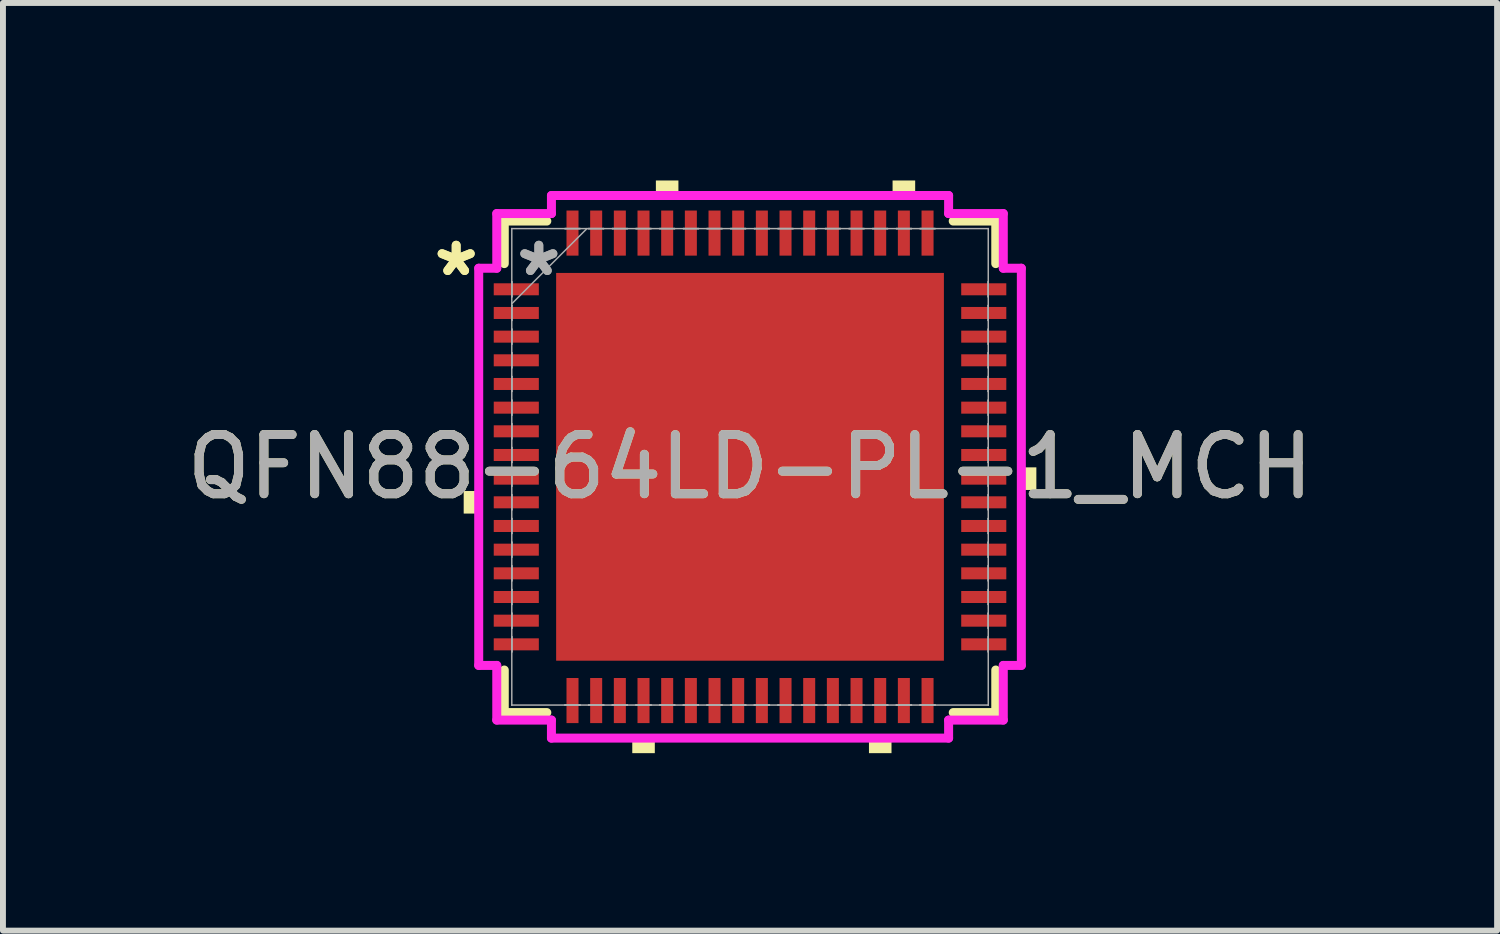
<source format=kicad_pcb>
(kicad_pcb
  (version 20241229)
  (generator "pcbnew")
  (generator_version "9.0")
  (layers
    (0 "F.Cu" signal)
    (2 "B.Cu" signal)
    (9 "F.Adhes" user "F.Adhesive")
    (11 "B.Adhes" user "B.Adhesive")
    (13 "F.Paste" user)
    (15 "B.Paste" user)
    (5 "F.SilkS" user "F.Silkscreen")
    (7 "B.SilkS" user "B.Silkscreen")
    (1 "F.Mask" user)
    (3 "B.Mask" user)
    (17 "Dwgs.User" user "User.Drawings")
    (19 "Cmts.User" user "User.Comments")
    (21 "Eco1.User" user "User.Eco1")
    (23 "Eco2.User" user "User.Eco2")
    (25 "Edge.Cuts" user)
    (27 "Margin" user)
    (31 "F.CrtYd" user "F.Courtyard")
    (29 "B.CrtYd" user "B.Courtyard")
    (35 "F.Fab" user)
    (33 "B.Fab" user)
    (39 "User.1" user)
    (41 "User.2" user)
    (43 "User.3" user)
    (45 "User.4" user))
  (footprint "QFN88-64LD-PL-1_MCH"
    (layer "F.Cu")
    (at 9.625 4.839)
    (property "Reference" "QFN88-64LD-PL-1_MCH" (at 0 0 0) (unlocked yes) (layer "F.SilkS") (effects (font (size 1 1) (thickness 0.15))))
    (attr smd)
    (fp_line (start -4.153 -4.153) (end -4.153 -3.434) (stroke (width 0.152) (type solid)) (layer "F.SilkS"))
    (fp_line (start -4.153 3.434) (end -4.153 4.153) (stroke (width 0.152) (type solid)) (layer "F.SilkS"))
    (fp_line (start -4.153 4.153) (end -3.434 4.153) (stroke (width 0.152) (type solid)) (layer "F.SilkS"))
    (fp_line (start -3.434 -4.153) (end -4.153 -4.153) (stroke (width 0.152) (type solid)) (layer "F.SilkS"))
    (fp_line (start 3.434 4.153) (end 4.153 4.153) (stroke (width 0.152) (type solid)) (layer "F.SilkS"))
    (fp_line (start 4.153 -4.153) (end 3.434 -4.153) (stroke (width 0.152) (type solid)) (layer "F.SilkS"))
    (fp_line (start 4.153 -3.434) (end 4.153 -4.153) (stroke (width 0.152) (type solid)) (layer "F.SilkS"))
    (fp_line (start 4.153 4.153) (end 4.153 3.434) (stroke (width 0.152) (type solid)) (layer "F.SilkS"))
    (fp_poly (pts (xy -4.839 0.409) (xy -4.839 0.79) (xy -4.585 0.79) (xy -4.585 0.409)) (stroke (width 0) (type solid)) (fill yes) (layer "F.SilkS"))
    (fp_poly (pts (xy -1.99 4.585) (xy -1.99 4.839) (xy -1.609 4.839) (xy -1.609 4.585)) (stroke (width 0) (type solid)) (fill yes) (layer "F.SilkS"))
    (fp_poly (pts (xy -1.591 -4.585) (xy -1.591 -4.839) (xy -1.21 -4.839) (xy -1.21 -4.585)) (stroke (width 0) (type solid)) (fill yes) (layer "F.SilkS"))
    (fp_poly (pts (xy 2.01 4.585) (xy 2.01 4.839) (xy 2.391 4.839) (xy 2.391 4.585)) (stroke (width 0) (type solid)) (fill yes) (layer "F.SilkS"))
    (fp_poly (pts (xy 2.409 -4.585) (xy 2.409 -4.839) (xy 2.791 -4.839) (xy 2.791 -4.585)) (stroke (width 0) (type solid)) (fill yes) (layer "F.SilkS"))
    (fp_poly (pts (xy 4.839 0.009) (xy 4.839 0.391) (xy 4.585 0.391) (xy 4.585 0.009)) (stroke (width 0) (type solid)) (fill yes) (layer "F.SilkS"))
    (fp_poly (pts (xy -3.177 -3.177) (xy -3.177 -2.066) (xy -2.066 -2.066) (xy -2.066 -3.177)) (stroke (width 0) (type solid)) (fill yes) (layer "F.Paste"))
    (fp_poly (pts (xy -3.177 -1.866) (xy -3.177 -0.755) (xy -2.066 -0.755) (xy -2.066 -1.866)) (stroke (width 0) (type solid)) (fill yes) (layer "F.Paste"))
    (fp_poly (pts (xy -3.177 -0.555) (xy -3.177 0.555) (xy -2.066 0.555) (xy -2.066 -0.555)) (stroke (width 0) (type solid)) (fill yes) (layer "F.Paste"))
    (fp_poly (pts (xy -3.177 0.755) (xy -3.177 1.866) (xy -2.066 1.866) (xy -2.066 0.755)) (stroke (width 0) (type solid)) (fill yes) (layer "F.Paste"))
    (fp_poly (pts (xy -3.177 2.066) (xy -3.177 3.177) (xy -2.066 3.177) (xy -2.066 2.066)) (stroke (width 0) (type solid)) (fill yes) (layer "F.Paste"))
    (fp_poly (pts (xy -1.866 -3.177) (xy -1.866 -2.066) (xy -0.755 -2.066) (xy -0.755 -3.177)) (stroke (width 0) (type solid)) (fill yes) (layer "F.Paste"))
    (fp_poly (pts (xy -1.866 -1.866) (xy -1.866 -0.755) (xy -0.755 -0.755) (xy -0.755 -1.866)) (stroke (width 0) (type solid)) (fill yes) (layer "F.Paste"))
    (fp_poly (pts (xy -1.866 -0.555) (xy -1.866 0.555) (xy -0.755 0.555) (xy -0.755 -0.555)) (stroke (width 0) (type solid)) (fill yes) (layer "F.Paste"))
    (fp_poly (pts (xy -1.866 0.755) (xy -1.866 1.866) (xy -0.755 1.866) (xy -0.755 0.755)) (stroke (width 0) (type solid)) (fill yes) (layer "F.Paste"))
    (fp_poly (pts (xy -1.866 2.066) (xy -1.866 3.177) (xy -0.755 3.177) (xy -0.755 2.066)) (stroke (width 0) (type solid)) (fill yes) (layer "F.Paste"))
    (fp_poly (pts (xy -0.555 -3.177) (xy -0.555 -2.066) (xy 0.555 -2.066) (xy 0.555 -3.177)) (stroke (width 0) (type solid)) (fill yes) (layer "F.Paste"))
    (fp_poly (pts (xy -0.555 -1.866) (xy -0.555 -0.755) (xy 0.555 -0.755) (xy 0.555 -1.866)) (stroke (width 0) (type solid)) (fill yes) (layer "F.Paste"))
    (fp_poly (pts (xy -0.555 -0.555) (xy -0.555 0.555) (xy 0.555 0.555) (xy 0.555 -0.555)) (stroke (width 0) (type solid)) (fill yes) (layer "F.Paste"))
    (fp_poly (pts (xy -0.555 0.755) (xy -0.555 1.866) (xy 0.555 1.866) (xy 0.555 0.755)) (stroke (width 0) (type solid)) (fill yes) (layer "F.Paste"))
    (fp_poly (pts (xy -0.555 2.066) (xy -0.555 3.177) (xy 0.555 3.177) (xy 0.555 2.066)) (stroke (width 0) (type solid)) (fill yes) (layer "F.Paste"))
    (fp_poly (pts (xy 0.755 -3.177) (xy 0.755 -2.066) (xy 1.866 -2.066) (xy 1.866 -3.177)) (stroke (width 0) (type solid)) (fill yes) (layer "F.Paste"))
    (fp_poly (pts (xy 0.755 -1.866) (xy 0.755 -0.755) (xy 1.866 -0.755) (xy 1.866 -1.866)) (stroke (width 0) (type solid)) (fill yes) (layer "F.Paste"))
    (fp_poly (pts (xy 0.755 -0.555) (xy 0.755 0.555) (xy 1.866 0.555) (xy 1.866 -0.555)) (stroke (width 0) (type solid)) (fill yes) (layer "F.Paste"))
    (fp_poly (pts (xy 0.755 0.755) (xy 0.755 1.866) (xy 1.866 1.866) (xy 1.866 0.755)) (stroke (width 0) (type solid)) (fill yes) (layer "F.Paste"))
    (fp_poly (pts (xy 0.755 2.066) (xy 0.755 3.177) (xy 1.866 3.177) (xy 1.866 2.066)) (stroke (width 0) (type solid)) (fill yes) (layer "F.Paste"))
    (fp_poly (pts (xy 2.066 -3.177) (xy 2.066 -2.066) (xy 3.177 -2.066) (xy 3.177 -3.177)) (stroke (width 0) (type solid)) (fill yes) (layer "F.Paste"))
    (fp_poly (pts (xy 2.066 -1.866) (xy 2.066 -0.755) (xy 3.177 -0.755) (xy 3.177 -1.866)) (stroke (width 0) (type solid)) (fill yes) (layer "F.Paste"))
    (fp_poly (pts (xy 2.066 -0.555) (xy 2.066 0.555) (xy 3.177 0.555) (xy 3.177 -0.555)) (stroke (width 0) (type solid)) (fill yes) (layer "F.Paste"))
    (fp_poly (pts (xy 2.066 0.755) (xy 2.066 1.866) (xy 3.177 1.866) (xy 3.177 0.755)) (stroke (width 0) (type solid)) (fill yes) (layer "F.Paste"))
    (fp_poly (pts (xy 2.066 2.066) (xy 2.066 3.177) (xy 3.177 3.177) (xy 3.177 2.066)) (stroke (width 0) (type solid)) (fill yes) (layer "F.Paste"))
    (fp_line (start -4.585 -3.356) (end -4.28 -3.356) (stroke (width 0.152) (type solid)) (layer "F.CrtYd"))
    (fp_line (start -4.585 3.356) (end -4.585 -3.356) (stroke (width 0.152) (type solid)) (layer "F.CrtYd"))
    (fp_line (start -4.28 -4.28) (end -3.356 -4.28) (stroke (width 0.152) (type solid)) (layer "F.CrtYd"))
    (fp_line (start -4.28 -3.356) (end -4.28 -4.28) (stroke (width 0.152) (type solid)) (layer "F.CrtYd"))
    (fp_line (start -4.28 3.356) (end -4.585 3.356) (stroke (width 0.152) (type solid)) (layer "F.CrtYd"))
    (fp_line (start -4.28 4.28) (end -4.28 3.356) (stroke (width 0.152) (type solid)) (layer "F.CrtYd"))
    (fp_line (start -3.356 -4.585) (end 3.356 -4.585) (stroke (width 0.152) (type solid)) (layer "F.CrtYd"))
    (fp_line (start -3.356 -4.28) (end -3.356 -4.585) (stroke (width 0.152) (type solid)) (layer "F.CrtYd"))
    (fp_line (start -3.356 4.28) (end -4.28 4.28) (stroke (width 0.152) (type solid)) (layer "F.CrtYd"))
    (fp_line (start -3.356 4.585) (end -3.356 4.28) (stroke (width 0.152) (type solid)) (layer "F.CrtYd"))
    (fp_line (start 3.356 -4.585) (end 3.356 -4.28) (stroke (width 0.152) (type solid)) (layer "F.CrtYd"))
    (fp_line (start 3.356 -4.28) (end 4.28 -4.28) (stroke (width 0.152) (type solid)) (layer "F.CrtYd"))
    (fp_line (start 3.356 4.28) (end 3.356 4.585) (stroke (width 0.152) (type solid)) (layer "F.CrtYd"))
    (fp_line (start 3.356 4.585) (end -3.356 4.585) (stroke (width 0.152) (type solid)) (layer "F.CrtYd"))
    (fp_line (start 4.28 -4.28) (end 4.28 -3.356) (stroke (width 0.152) (type solid)) (layer "F.CrtYd"))
    (fp_line (start 4.28 -3.356) (end 4.585 -3.356) (stroke (width 0.152) (type solid)) (layer "F.CrtYd"))
    (fp_line (start 4.28 3.356) (end 4.28 4.28) (stroke (width 0.152) (type solid)) (layer "F.CrtYd"))
    (fp_line (start 4.28 4.28) (end 3.356 4.28) (stroke (width 0.152) (type solid)) (layer "F.CrtYd"))
    (fp_line (start 4.585 -3.356) (end 4.585 3.356) (stroke (width 0.152) (type solid)) (layer "F.CrtYd"))
    (fp_line (start 4.585 3.356) (end 4.28 3.356) (stroke (width 0.152) (type solid)) (layer "F.CrtYd"))
    (fp_line (start -4.026 -4.026) (end -4.026 -4.026) (stroke (width 0.025) (type solid)) (layer "F.Fab"))
    (fp_line (start -4.026 -4.026) (end -4.026 4.026) (stroke (width 0.025) (type solid)) (layer "F.Fab"))
    (fp_line (start -4.026 -3.127) (end -4.026 -3.127) (stroke (width 0.025) (type solid)) (layer "F.Fab"))
    (fp_line (start -4.026 -3.127) (end -4.026 -2.873) (stroke (width 0.025) (type solid)) (layer "F.Fab"))
    (fp_line (start -4.026 -2.873) (end -4.026 -3.127) (stroke (width 0.025) (type solid)) (layer "F.Fab"))
    (fp_line (start -4.026 -2.873) (end -4.026 -2.873) (stroke (width 0.025) (type solid)) (layer "F.Fab"))
    (fp_line (start -4.026 -2.756) (end -2.756 -4.026) (stroke (width 0.025) (type solid)) (layer "F.Fab"))
    (fp_line (start -4.026 -2.727) (end -4.026 -2.727) (stroke (width 0.025) (type solid)) (layer "F.Fab"))
    (fp_line (start -4.026 -2.727) (end -4.026 -2.473) (stroke (width 0.025) (type solid)) (layer "F.Fab"))
    (fp_line (start -4.026 -2.473) (end -4.026 -2.727) (stroke (width 0.025) (type solid)) (layer "F.Fab"))
    (fp_line (start -4.026 -2.473) (end -4.026 -2.473) (stroke (width 0.025) (type solid)) (layer "F.Fab"))
    (fp_line (start -4.026 -2.327) (end -4.026 -2.327) (stroke (width 0.025) (type solid)) (layer "F.Fab"))
    (fp_line (start -4.026 -2.327) (end -4.026 -2.073) (stroke (width 0.025) (type solid)) (layer "F.Fab"))
    (fp_line (start -4.026 -2.073) (end -4.026 -2.327) (stroke (width 0.025) (type solid)) (layer "F.Fab"))
    (fp_line (start -4.026 -2.073) (end -4.026 -2.073) (stroke (width 0.025) (type solid)) (layer "F.Fab"))
    (fp_line (start -4.026 -1.927) (end -4.026 -1.927) (stroke (width 0.025) (type solid)) (layer "F.Fab"))
    (fp_line (start -4.026 -1.927) (end -4.026 -1.673) (stroke (width 0.025) (type solid)) (layer "F.Fab"))
    (fp_line (start -4.026 -1.673) (end -4.026 -1.927) (stroke (width 0.025) (type solid)) (layer "F.Fab"))
    (fp_line (start -4.026 -1.673) (end -4.026 -1.673) (stroke (width 0.025) (type solid)) (layer "F.Fab"))
    (fp_line (start -4.026 -1.527) (end -4.026 -1.527) (stroke (width 0.025) (type solid)) (layer "F.Fab"))
    (fp_line (start -4.026 -1.527) (end -4.026 -1.273) (stroke (width 0.025) (type solid)) (layer "F.Fab"))
    (fp_line (start -4.026 -1.273) (end -4.026 -1.527) (stroke (width 0.025) (type solid)) (layer "F.Fab"))
    (fp_line (start -4.026 -1.273) (end -4.026 -1.273) (stroke (width 0.025) (type solid)) (layer "F.Fab"))
    (fp_line (start -4.026 -1.127) (end -4.026 -1.127) (stroke (width 0.025) (type solid)) (layer "F.Fab"))
    (fp_line (start -4.026 -1.127) (end -4.026 -0.873) (stroke (width 0.025) (type solid)) (layer "F.Fab"))
    (fp_line (start -4.026 -0.873) (end -4.026 -1.127) (stroke (width 0.025) (type solid)) (layer "F.Fab"))
    (fp_line (start -4.026 -0.873) (end -4.026 -0.873) (stroke (width 0.025) (type solid)) (layer "F.Fab"))
    (fp_line (start -4.026 -0.727) (end -4.026 -0.727) (stroke (width 0.025) (type solid)) (layer "F.Fab"))
    (fp_line (start -4.026 -0.727) (end -4.026 -0.473) (stroke (width 0.025) (type solid)) (layer "F.Fab"))
    (fp_line (start -4.026 -0.473) (end -4.026 -0.727) (stroke (width 0.025) (type solid)) (layer "F.Fab"))
    (fp_line (start -4.026 -0.473) (end -4.026 -0.473) (stroke (width 0.025) (type solid)) (layer "F.Fab"))
    (fp_line (start -4.026 -0.327) (end -4.026 -0.327) (stroke (width 0.025) (type solid)) (layer "F.Fab"))
    (fp_line (start -4.026 -0.327) (end -4.026 -0.073) (stroke (width 0.025) (type solid)) (layer "F.Fab"))
    (fp_line (start -4.026 -0.073) (end -4.026 -0.327) (stroke (width 0.025) (type solid)) (layer "F.Fab"))
    (fp_line (start -4.026 -0.073) (end -4.026 -0.073) (stroke (width 0.025) (type solid)) (layer "F.Fab"))
    (fp_line (start -4.026 0.073) (end -4.026 0.073) (stroke (width 0.025) (type solid)) (layer "F.Fab"))
    (fp_line (start -4.026 0.073) (end -4.026 0.327) (stroke (width 0.025) (type solid)) (layer "F.Fab"))
    (fp_line (start -4.026 0.327) (end -4.026 0.073) (stroke (width 0.025) (type solid)) (layer "F.Fab"))
    (fp_line (start -4.026 0.327) (end -4.026 0.327) (stroke (width 0.025) (type solid)) (layer "F.Fab"))
    (fp_line (start -4.026 0.473) (end -4.026 0.473) (stroke (width 0.025) (type solid)) (layer "F.Fab"))
    (fp_line (start -4.026 0.473) (end -4.026 0.727) (stroke (width 0.025) (type solid)) (layer "F.Fab"))
    (fp_line (start -4.026 0.727) (end -4.026 0.473) (stroke (width 0.025) (type solid)) (layer "F.Fab"))
    (fp_line (start -4.026 0.727) (end -4.026 0.727) (stroke (width 0.025) (type solid)) (layer "F.Fab"))
    (fp_line (start -4.026 0.873) (end -4.026 0.873) (stroke (width 0.025) (type solid)) (layer "F.Fab"))
    (fp_line (start -4.026 0.873) (end -4.026 1.127) (stroke (width 0.025) (type solid)) (layer "F.Fab"))
    (fp_line (start -4.026 1.127) (end -4.026 0.873) (stroke (width 0.025) (type solid)) (layer "F.Fab"))
    (fp_line (start -4.026 1.127) (end -4.026 1.127) (stroke (width 0.025) (type solid)) (layer "F.Fab"))
    (fp_line (start -4.026 1.273) (end -4.026 1.273) (stroke (width 0.025) (type solid)) (layer "F.Fab"))
    (fp_line (start -4.026 1.273) (end -4.026 1.527) (stroke (width 0.025) (type solid)) (layer "F.Fab"))
    (fp_line (start -4.026 1.527) (end -4.026 1.273) (stroke (width 0.025) (type solid)) (layer "F.Fab"))
    (fp_line (start -4.026 1.527) (end -4.026 1.527) (stroke (width 0.025) (type solid)) (layer "F.Fab"))
    (fp_line (start -4.026 1.673) (end -4.026 1.673) (stroke (width 0.025) (type solid)) (layer "F.Fab"))
    (fp_line (start -4.026 1.673) (end -4.026 1.927) (stroke (width 0.025) (type solid)) (layer "F.Fab"))
    (fp_line (start -4.026 1.927) (end -4.026 1.673) (stroke (width 0.025) (type solid)) (layer "F.Fab"))
    (fp_line (start -4.026 1.927) (end -4.026 1.927) (stroke (width 0.025) (type solid)) (layer "F.Fab"))
    (fp_line (start -4.026 2.073) (end -4.026 2.073) (stroke (width 0.025) (type solid)) (layer "F.Fab"))
    (fp_line (start -4.026 2.073) (end -4.026 2.327) (stroke (width 0.025) (type solid)) (layer "F.Fab"))
    (fp_line (start -4.026 2.327) (end -4.026 2.073) (stroke (width 0.025) (type solid)) (layer "F.Fab"))
    (fp_line (start -4.026 2.327) (end -4.026 2.327) (stroke (width 0.025) (type solid)) (layer "F.Fab"))
    (fp_line (start -4.026 2.473) (end -4.026 2.473) (stroke (width 0.025) (type solid)) (layer "F.Fab"))
    (fp_line (start -4.026 2.473) (end -4.026 2.727) (stroke (width 0.025) (type solid)) (layer "F.Fab"))
    (fp_line (start -4.026 2.727) (end -4.026 2.473) (stroke (width 0.025) (type solid)) (layer "F.Fab"))
    (fp_line (start -4.026 2.727) (end -4.026 2.727) (stroke (width 0.025) (type solid)) (layer "F.Fab"))
    (fp_line (start -4.026 2.873) (end -4.026 2.873) (stroke (width 0.025) (type solid)) (layer "F.Fab"))
    (fp_line (start -4.026 2.873) (end -4.026 3.127) (stroke (width 0.025) (type solid)) (layer "F.Fab"))
    (fp_line (start -4.026 3.127) (end -4.026 2.873) (stroke (width 0.025) (type solid)) (layer "F.Fab"))
    (fp_line (start -4.026 3.127) (end -4.026 3.127) (stroke (width 0.025) (type solid)) (layer "F.Fab"))
    (fp_line (start -4.026 4.026) (end -4.026 4.026) (stroke (width 0.025) (type solid)) (layer "F.Fab"))
    (fp_line (start -4.026 4.026) (end 4.026 4.026) (stroke (width 0.025) (type solid)) (layer "F.Fab"))
    (fp_line (start -3.127 -4.026) (end -3.127 -4.026) (stroke (width 0.025) (type solid)) (layer "F.Fab"))
    (fp_line (start -3.127 -4.026) (end -2.873 -4.026) (stroke (width 0.025) (type solid)) (layer "F.Fab"))
    (fp_line (start -3.127 4.026) (end -3.127 4.026) (stroke (width 0.025) (type solid)) (layer "F.Fab"))
    (fp_line (start -3.127 4.026) (end -2.873 4.026) (stroke (width 0.025) (type solid)) (layer "F.Fab"))
    (fp_line (start -2.873 -4.026) (end -3.127 -4.026) (stroke (width 0.025) (type solid)) (layer "F.Fab"))
    (fp_line (start -2.873 -4.026) (end -2.873 -4.026) (stroke (width 0.025) (type solid)) (layer "F.Fab"))
    (fp_line (start -2.873 4.026) (end -3.127 4.026) (stroke (width 0.025) (type solid)) (layer "F.Fab"))
    (fp_line (start -2.873 4.026) (end -2.873 4.026) (stroke (width 0.025) (type solid)) (layer "F.Fab"))
    (fp_line (start -2.727 -4.026) (end -2.727 -4.026) (stroke (width 0.025) (type solid)) (layer "F.Fab"))
    (fp_line (start -2.727 -4.026) (end -2.473 -4.026) (stroke (width 0.025) (type solid)) (layer "F.Fab"))
    (fp_line (start -2.727 4.026) (end -2.727 4.026) (stroke (width 0.025) (type solid)) (layer "F.Fab"))
    (fp_line (start -2.727 4.026) (end -2.473 4.026) (stroke (width 0.025) (type solid)) (layer "F.Fab"))
    (fp_line (start -2.473 -4.026) (end -2.727 -4.026) (stroke (width 0.025) (type solid)) (layer "F.Fab"))
    (fp_line (start -2.473 -4.026) (end -2.473 -4.026) (stroke (width 0.025) (type solid)) (layer "F.Fab"))
    (fp_line (start -2.473 4.026) (end -2.727 4.026) (stroke (width 0.025) (type solid)) (layer "F.Fab"))
    (fp_line (start -2.473 4.026) (end -2.473 4.026) (stroke (width 0.025) (type solid)) (layer "F.Fab"))
    (fp_line (start -2.327 -4.026) (end -2.327 -4.026) (stroke (width 0.025) (type solid)) (layer "F.Fab"))
    (fp_line (start -2.327 -4.026) (end -2.073 -4.026) (stroke (width 0.025) (type solid)) (layer "F.Fab"))
    (fp_line (start -2.327 4.026) (end -2.327 4.026) (stroke (width 0.025) (type solid)) (layer "F.Fab"))
    (fp_line (start -2.327 4.026) (end -2.073 4.026) (stroke (width 0.025) (type solid)) (layer "F.Fab"))
    (fp_line (start -2.073 -4.026) (end -2.327 -4.026) (stroke (width 0.025) (type solid)) (layer "F.Fab"))
    (fp_line (start -2.073 -4.026) (end -2.073 -4.026) (stroke (width 0.025) (type solid)) (layer "F.Fab"))
    (fp_line (start -2.073 4.026) (end -2.327 4.026) (stroke (width 0.025) (type solid)) (layer "F.Fab"))
    (fp_line (start -2.073 4.026) (end -2.073 4.026) (stroke (width 0.025) (type solid)) (layer "F.Fab"))
    (fp_line (start -1.927 -4.026) (end -1.927 -4.026) (stroke (width 0.025) (type solid)) (layer "F.Fab"))
    (fp_line (start -1.927 -4.026) (end -1.673 -4.026) (stroke (width 0.025) (type solid)) (layer "F.Fab"))
    (fp_line (start -1.927 4.026) (end -1.927 4.026) (stroke (width 0.025) (type solid)) (layer "F.Fab"))
    (fp_line (start -1.927 4.026) (end -1.673 4.026) (stroke (width 0.025) (type solid)) (layer "F.Fab"))
    (fp_line (start -1.673 -4.026) (end -1.927 -4.026) (stroke (width 0.025) (type solid)) (layer "F.Fab"))
    (fp_line (start -1.673 -4.026) (end -1.673 -4.026) (stroke (width 0.025) (type solid)) (layer "F.Fab"))
    (fp_line (start -1.673 4.026) (end -1.927 4.026) (stroke (width 0.025) (type solid)) (layer "F.Fab"))
    (fp_line (start -1.673 4.026) (end -1.673 4.026) (stroke (width 0.025) (type solid)) (layer "F.Fab"))
    (fp_line (start -1.527 -4.026) (end -1.527 -4.026) (stroke (width 0.025) (type solid)) (layer "F.Fab"))
    (fp_line (start -1.527 -4.026) (end -1.273 -4.026) (stroke (width 0.025) (type solid)) (layer "F.Fab"))
    (fp_line (start -1.527 4.026) (end -1.527 4.026) (stroke (width 0.025) (type solid)) (layer "F.Fab"))
    (fp_line (start -1.527 4.026) (end -1.273 4.026) (stroke (width 0.025) (type solid)) (layer "F.Fab"))
    (fp_line (start -1.273 -4.026) (end -1.527 -4.026) (stroke (width 0.025) (type solid)) (layer "F.Fab"))
    (fp_line (start -1.273 -4.026) (end -1.273 -4.026) (stroke (width 0.025) (type solid)) (layer "F.Fab"))
    (fp_line (start -1.273 4.026) (end -1.527 4.026) (stroke (width 0.025) (type solid)) (layer "F.Fab"))
    (fp_line (start -1.273 4.026) (end -1.273 4.026) (stroke (width 0.025) (type solid)) (layer "F.Fab"))
    (fp_line (start -1.127 -4.026) (end -1.127 -4.026) (stroke (width 0.025) (type solid)) (layer "F.Fab"))
    (fp_line (start -1.127 -4.026) (end -0.873 -4.026) (stroke (width 0.025) (type solid)) (layer "F.Fab"))
    (fp_line (start -1.127 4.026) (end -1.127 4.026) (stroke (width 0.025) (type solid)) (layer "F.Fab"))
    (fp_line (start -1.127 4.026) (end -0.873 4.026) (stroke (width 0.025) (type solid)) (layer "F.Fab"))
    (fp_line (start -0.873 -4.026) (end -1.127 -4.026) (stroke (width 0.025) (type solid)) (layer "F.Fab"))
    (fp_line (start -0.873 -4.026) (end -0.873 -4.026) (stroke (width 0.025) (type solid)) (layer "F.Fab"))
    (fp_line (start -0.873 4.026) (end -1.127 4.026) (stroke (width 0.025) (type solid)) (layer "F.Fab"))
    (fp_line (start -0.873 4.026) (end -0.873 4.026) (stroke (width 0.025) (type solid)) (layer "F.Fab"))
    (fp_line (start -0.727 -4.026) (end -0.727 -4.026) (stroke (width 0.025) (type solid)) (layer "F.Fab"))
    (fp_line (start -0.727 -4.026) (end -0.473 -4.026) (stroke (width 0.025) (type solid)) (layer "F.Fab"))
    (fp_line (start -0.727 4.026) (end -0.727 4.026) (stroke (width 0.025) (type solid)) (layer "F.Fab"))
    (fp_line (start -0.727 4.026) (end -0.473 4.026) (stroke (width 0.025) (type solid)) (layer "F.Fab"))
    (fp_line (start -0.473 -4.026) (end -0.727 -4.026) (stroke (width 0.025) (type solid)) (layer "F.Fab"))
    (fp_line (start -0.473 -4.026) (end -0.473 -4.026) (stroke (width 0.025) (type solid)) (layer "F.Fab"))
    (fp_line (start -0.473 4.026) (end -0.727 4.026) (stroke (width 0.025) (type solid)) (layer "F.Fab"))
    (fp_line (start -0.473 4.026) (end -0.473 4.026) (stroke (width 0.025) (type solid)) (layer "F.Fab"))
    (fp_line (start -0.327 -4.026) (end -0.327 -4.026) (stroke (width 0.025) (type solid)) (layer "F.Fab"))
    (fp_line (start -0.327 -4.026) (end -0.073 -4.026) (stroke (width 0.025) (type solid)) (layer "F.Fab"))
    (fp_line (start -0.327 4.026) (end -0.327 4.026) (stroke (width 0.025) (type solid)) (layer "F.Fab"))
    (fp_line (start -0.327 4.026) (end -0.073 4.026) (stroke (width 0.025) (type solid)) (layer "F.Fab"))
    (fp_line (start -0.073 -4.026) (end -0.327 -4.026) (stroke (width 0.025) (type solid)) (layer "F.Fab"))
    (fp_line (start -0.073 -4.026) (end -0.073 -4.026) (stroke (width 0.025) (type solid)) (layer "F.Fab"))
    (fp_line (start -0.073 4.026) (end -0.327 4.026) (stroke (width 0.025) (type solid)) (layer "F.Fab"))
    (fp_line (start -0.073 4.026) (end -0.073 4.026) (stroke (width 0.025) (type solid)) (layer "F.Fab"))
    (fp_line (start 0.073 -4.026) (end 0.073 -4.026) (stroke (width 0.025) (type solid)) (layer "F.Fab"))
    (fp_line (start 0.073 -4.026) (end 0.327 -4.026) (stroke (width 0.025) (type solid)) (layer "F.Fab"))
    (fp_line (start 0.073 4.026) (end 0.073 4.026) (stroke (width 0.025) (type solid)) (layer "F.Fab"))
    (fp_line (start 0.073 4.026) (end 0.327 4.026) (stroke (width 0.025) (type solid)) (layer "F.Fab"))
    (fp_line (start 0.327 -4.026) (end 0.073 -4.026) (stroke (width 0.025) (type solid)) (layer "F.Fab"))
    (fp_line (start 0.327 -4.026) (end 0.327 -4.026) (stroke (width 0.025) (type solid)) (layer "F.Fab"))
    (fp_line (start 0.327 4.026) (end 0.073 4.026) (stroke (width 0.025) (type solid)) (layer "F.Fab"))
    (fp_line (start 0.327 4.026) (end 0.327 4.026) (stroke (width 0.025) (type solid)) (layer "F.Fab"))
    (fp_line (start 0.473 -4.026) (end 0.473 -4.026) (stroke (width 0.025) (type solid)) (layer "F.Fab"))
    (fp_line (start 0.473 -4.026) (end 0.727 -4.026) (stroke (width 0.025) (type solid)) (layer "F.Fab"))
    (fp_line (start 0.473 4.026) (end 0.473 4.026) (stroke (width 0.025) (type solid)) (layer "F.Fab"))
    (fp_line (start 0.473 4.026) (end 0.727 4.026) (stroke (width 0.025) (type solid)) (layer "F.Fab"))
    (fp_line (start 0.727 -4.026) (end 0.473 -4.026) (stroke (width 0.025) (type solid)) (layer "F.Fab"))
    (fp_line (start 0.727 -4.026) (end 0.727 -4.026) (stroke (width 0.025) (type solid)) (layer "F.Fab"))
    (fp_line (start 0.727 4.026) (end 0.473 4.026) (stroke (width 0.025) (type solid)) (layer "F.Fab"))
    (fp_line (start 0.727 4.026) (end 0.727 4.026) (stroke (width 0.025) (type solid)) (layer "F.Fab"))
    (fp_line (start 0.873 -4.026) (end 0.873 -4.026) (stroke (width 0.025) (type solid)) (layer "F.Fab"))
    (fp_line (start 0.873 -4.026) (end 1.127 -4.026) (stroke (width 0.025) (type solid)) (layer "F.Fab"))
    (fp_line (start 0.873 4.026) (end 0.873 4.026) (stroke (width 0.025) (type solid)) (layer "F.Fab"))
    (fp_line (start 0.873 4.026) (end 1.127 4.026) (stroke (width 0.025) (type solid)) (layer "F.Fab"))
    (fp_line (start 1.127 -4.026) (end 0.873 -4.026) (stroke (width 0.025) (type solid)) (layer "F.Fab"))
    (fp_line (start 1.127 -4.026) (end 1.127 -4.026) (stroke (width 0.025) (type solid)) (layer "F.Fab"))
    (fp_line (start 1.127 4.026) (end 0.873 4.026) (stroke (width 0.025) (type solid)) (layer "F.Fab"))
    (fp_line (start 1.127 4.026) (end 1.127 4.026) (stroke (width 0.025) (type solid)) (layer "F.Fab"))
    (fp_line (start 1.273 -4.026) (end 1.273 -4.026) (stroke (width 0.025) (type solid)) (layer "F.Fab"))
    (fp_line (start 1.273 -4.026) (end 1.527 -4.026) (stroke (width 0.025) (type solid)) (layer "F.Fab"))
    (fp_line (start 1.273 4.026) (end 1.273 4.026) (stroke (width 0.025) (type solid)) (layer "F.Fab"))
    (fp_line (start 1.273 4.026) (end 1.527 4.026) (stroke (width 0.025) (type solid)) (layer "F.Fab"))
    (fp_line (start 1.527 -4.026) (end 1.273 -4.026) (stroke (width 0.025) (type solid)) (layer "F.Fab"))
    (fp_line (start 1.527 -4.026) (end 1.527 -4.026) (stroke (width 0.025) (type solid)) (layer "F.Fab"))
    (fp_line (start 1.527 4.026) (end 1.273 4.026) (stroke (width 0.025) (type solid)) (layer "F.Fab"))
    (fp_line (start 1.527 4.026) (end 1.527 4.026) (stroke (width 0.025) (type solid)) (layer "F.Fab"))
    (fp_line (start 1.673 -4.026) (end 1.673 -4.026) (stroke (width 0.025) (type solid)) (layer "F.Fab"))
    (fp_line (start 1.673 -4.026) (end 1.927 -4.026) (stroke (width 0.025) (type solid)) (layer "F.Fab"))
    (fp_line (start 1.673 4.026) (end 1.673 4.026) (stroke (width 0.025) (type solid)) (layer "F.Fab"))
    (fp_line (start 1.673 4.026) (end 1.927 4.026) (stroke (width 0.025) (type solid)) (layer "F.Fab"))
    (fp_line (start 1.927 -4.026) (end 1.673 -4.026) (stroke (width 0.025) (type solid)) (layer "F.Fab"))
    (fp_line (start 1.927 -4.026) (end 1.927 -4.026) (stroke (width 0.025) (type solid)) (layer "F.Fab"))
    (fp_line (start 1.927 4.026) (end 1.673 4.026) (stroke (width 0.025) (type solid)) (layer "F.Fab"))
    (fp_line (start 1.927 4.026) (end 1.927 4.026) (stroke (width 0.025) (type solid)) (layer "F.Fab"))
    (fp_line (start 2.073 -4.026) (end 2.073 -4.026) (stroke (width 0.025) (type solid)) (layer "F.Fab"))
    (fp_line (start 2.073 -4.026) (end 2.327 -4.026) (stroke (width 0.025) (type solid)) (layer "F.Fab"))
    (fp_line (start 2.073 4.026) (end 2.073 4.026) (stroke (width 0.025) (type solid)) (layer "F.Fab"))
    (fp_line (start 2.073 4.026) (end 2.327 4.026) (stroke (width 0.025) (type solid)) (layer "F.Fab"))
    (fp_line (start 2.327 -4.026) (end 2.073 -4.026) (stroke (width 0.025) (type solid)) (layer "F.Fab"))
    (fp_line (start 2.327 -4.026) (end 2.327 -4.026) (stroke (width 0.025) (type solid)) (layer "F.Fab"))
    (fp_line (start 2.327 4.026) (end 2.073 4.026) (stroke (width 0.025) (type solid)) (layer "F.Fab"))
    (fp_line (start 2.327 4.026) (end 2.327 4.026) (stroke (width 0.025) (type solid)) (layer "F.Fab"))
    (fp_line (start 2.473 -4.026) (end 2.473 -4.026) (stroke (width 0.025) (type solid)) (layer "F.Fab"))
    (fp_line (start 2.473 -4.026) (end 2.727 -4.026) (stroke (width 0.025) (type solid)) (layer "F.Fab"))
    (fp_line (start 2.473 4.026) (end 2.473 4.026) (stroke (width 0.025) (type solid)) (layer "F.Fab"))
    (fp_line (start 2.473 4.026) (end 2.727 4.026) (stroke (width 0.025) (type solid)) (layer "F.Fab"))
    (fp_line (start 2.727 -4.026) (end 2.473 -4.026) (stroke (width 0.025) (type solid)) (layer "F.Fab"))
    (fp_line (start 2.727 -4.026) (end 2.727 -4.026) (stroke (width 0.025) (type solid)) (layer "F.Fab"))
    (fp_line (start 2.727 4.026) (end 2.473 4.026) (stroke (width 0.025) (type solid)) (layer "F.Fab"))
    (fp_line (start 2.727 4.026) (end 2.727 4.026) (stroke (width 0.025) (type solid)) (layer "F.Fab"))
    (fp_line (start 2.873 -4.026) (end 2.873 -4.026) (stroke (width 0.025) (type solid)) (layer "F.Fab"))
    (fp_line (start 2.873 -4.026) (end 3.127 -4.026) (stroke (width 0.025) (type solid)) (layer "F.Fab"))
    (fp_line (start 2.873 4.026) (end 2.873 4.026) (stroke (width 0.025) (type solid)) (layer "F.Fab"))
    (fp_line (start 2.873 4.026) (end 3.127 4.026) (stroke (width 0.025) (type solid)) (layer "F.Fab"))
    (fp_line (start 3.127 -4.026) (end 2.873 -4.026) (stroke (width 0.025) (type solid)) (layer "F.Fab"))
    (fp_line (start 3.127 -4.026) (end 3.127 -4.026) (stroke (width 0.025) (type solid)) (layer "F.Fab"))
    (fp_line (start 3.127 4.026) (end 2.873 4.026) (stroke (width 0.025) (type solid)) (layer "F.Fab"))
    (fp_line (start 3.127 4.026) (end 3.127 4.026) (stroke (width 0.025) (type solid)) (layer "F.Fab"))
    (fp_line (start 4.026 -4.026) (end -4.026 -4.026) (stroke (width 0.025) (type solid)) (layer "F.Fab"))
    (fp_line (start 4.026 -4.026) (end 4.026 -4.026) (stroke (width 0.025) (type solid)) (layer "F.Fab"))
    (fp_line (start 4.026 -3.127) (end 4.026 -3.127) (stroke (width 0.025) (type solid)) (layer "F.Fab"))
    (fp_line (start 4.026 -3.127) (end 4.026 -2.873) (stroke (width 0.025) (type solid)) (layer "F.Fab"))
    (fp_line (start 4.026 -2.873) (end 4.026 -3.127) (stroke (width 0.025) (type solid)) (layer "F.Fab"))
    (fp_line (start 4.026 -2.873) (end 4.026 -2.873) (stroke (width 0.025) (type solid)) (layer "F.Fab"))
    (fp_line (start 4.026 -2.727) (end 4.026 -2.727) (stroke (width 0.025) (type solid)) (layer "F.Fab"))
    (fp_line (start 4.026 -2.727) (end 4.026 -2.473) (stroke (width 0.025) (type solid)) (layer "F.Fab"))
    (fp_line (start 4.026 -2.473) (end 4.026 -2.727) (stroke (width 0.025) (type solid)) (layer "F.Fab"))
    (fp_line (start 4.026 -2.473) (end 4.026 -2.473) (stroke (width 0.025) (type solid)) (layer "F.Fab"))
    (fp_line (start 4.026 -2.327) (end 4.026 -2.327) (stroke (width 0.025) (type solid)) (layer "F.Fab"))
    (fp_line (start 4.026 -2.327) (end 4.026 -2.073) (stroke (width 0.025) (type solid)) (layer "F.Fab"))
    (fp_line (start 4.026 -2.073) (end 4.026 -2.327) (stroke (width 0.025) (type solid)) (layer "F.Fab"))
    (fp_line (start 4.026 -2.073) (end 4.026 -2.073) (stroke (width 0.025) (type solid)) (layer "F.Fab"))
    (fp_line (start 4.026 -1.927) (end 4.026 -1.927) (stroke (width 0.025) (type solid)) (layer "F.Fab"))
    (fp_line (start 4.026 -1.927) (end 4.026 -1.673) (stroke (width 0.025) (type solid)) (layer "F.Fab"))
    (fp_line (start 4.026 -1.673) (end 4.026 -1.927) (stroke (width 0.025) (type solid)) (layer "F.Fab"))
    (fp_line (start 4.026 -1.673) (end 4.026 -1.673) (stroke (width 0.025) (type solid)) (layer "F.Fab"))
    (fp_line (start 4.026 -1.527) (end 4.026 -1.527) (stroke (width 0.025) (type solid)) (layer "F.Fab"))
    (fp_line (start 4.026 -1.527) (end 4.026 -1.273) (stroke (width 0.025) (type solid)) (layer "F.Fab"))
    (fp_line (start 4.026 -1.273) (end 4.026 -1.527) (stroke (width 0.025) (type solid)) (layer "F.Fab"))
    (fp_line (start 4.026 -1.273) (end 4.026 -1.273) (stroke (width 0.025) (type solid)) (layer "F.Fab"))
    (fp_line (start 4.026 -1.127) (end 4.026 -1.127) (stroke (width 0.025) (type solid)) (layer "F.Fab"))
    (fp_line (start 4.026 -1.127) (end 4.026 -0.873) (stroke (width 0.025) (type solid)) (layer "F.Fab"))
    (fp_line (start 4.026 -0.873) (end 4.026 -1.127) (stroke (width 0.025) (type solid)) (layer "F.Fab"))
    (fp_line (start 4.026 -0.873) (end 4.026 -0.873) (stroke (width 0.025) (type solid)) (layer "F.Fab"))
    (fp_line (start 4.026 -0.727) (end 4.026 -0.727) (stroke (width 0.025) (type solid)) (layer "F.Fab"))
    (fp_line (start 4.026 -0.727) (end 4.026 -0.473) (stroke (width 0.025) (type solid)) (layer "F.Fab"))
    (fp_line (start 4.026 -0.473) (end 4.026 -0.727) (stroke (width 0.025) (type solid)) (layer "F.Fab"))
    (fp_line (start 4.026 -0.473) (end 4.026 -0.473) (stroke (width 0.025) (type solid)) (layer "F.Fab"))
    (fp_line (start 4.026 -0.327) (end 4.026 -0.327) (stroke (width 0.025) (type solid)) (layer "F.Fab"))
    (fp_line (start 4.026 -0.327) (end 4.026 -0.073) (stroke (width 0.025) (type solid)) (layer "F.Fab"))
    (fp_line (start 4.026 -0.073) (end 4.026 -0.327) (stroke (width 0.025) (type solid)) (layer "F.Fab"))
    (fp_line (start 4.026 -0.073) (end 4.026 -0.073) (stroke (width 0.025) (type solid)) (layer "F.Fab"))
    (fp_line (start 4.026 0.073) (end 4.026 0.073) (stroke (width 0.025) (type solid)) (layer "F.Fab"))
    (fp_line (start 4.026 0.073) (end 4.026 0.327) (stroke (width 0.025) (type solid)) (layer "F.Fab"))
    (fp_line (start 4.026 0.327) (end 4.026 0.073) (stroke (width 0.025) (type solid)) (layer "F.Fab"))
    (fp_line (start 4.026 0.327) (end 4.026 0.327) (stroke (width 0.025) (type solid)) (layer "F.Fab"))
    (fp_line (start 4.026 0.473) (end 4.026 0.473) (stroke (width 0.025) (type solid)) (layer "F.Fab"))
    (fp_line (start 4.026 0.473) (end 4.026 0.727) (stroke (width 0.025) (type solid)) (layer "F.Fab"))
    (fp_line (start 4.026 0.727) (end 4.026 0.473) (stroke (width 0.025) (type solid)) (layer "F.Fab"))
    (fp_line (start 4.026 0.727) (end 4.026 0.727) (stroke (width 0.025) (type solid)) (layer "F.Fab"))
    (fp_line (start 4.026 0.873) (end 4.026 0.873) (stroke (width 0.025) (type solid)) (layer "F.Fab"))
    (fp_line (start 4.026 0.873) (end 4.026 1.127) (stroke (width 0.025) (type solid)) (layer "F.Fab"))
    (fp_line (start 4.026 1.127) (end 4.026 0.873) (stroke (width 0.025) (type solid)) (layer "F.Fab"))
    (fp_line (start 4.026 1.127) (end 4.026 1.127) (stroke (width 0.025) (type solid)) (layer "F.Fab"))
    (fp_line (start 4.026 1.273) (end 4.026 1.273) (stroke (width 0.025) (type solid)) (layer "F.Fab"))
    (fp_line (start 4.026 1.273) (end 4.026 1.527) (stroke (width 0.025) (type solid)) (layer "F.Fab"))
    (fp_line (start 4.026 1.527) (end 4.026 1.273) (stroke (width 0.025) (type solid)) (layer "F.Fab"))
    (fp_line (start 4.026 1.527) (end 4.026 1.527) (stroke (width 0.025) (type solid)) (layer "F.Fab"))
    (fp_line (start 4.026 1.673) (end 4.026 1.673) (stroke (width 0.025) (type solid)) (layer "F.Fab"))
    (fp_line (start 4.026 1.673) (end 4.026 1.927) (stroke (width 0.025) (type solid)) (layer "F.Fab"))
    (fp_line (start 4.026 1.927) (end 4.026 1.673) (stroke (width 0.025) (type solid)) (layer "F.Fab"))
    (fp_line (start 4.026 1.927) (end 4.026 1.927) (stroke (width 0.025) (type solid)) (layer "F.Fab"))
    (fp_line (start 4.026 2.073) (end 4.026 2.073) (stroke (width 0.025) (type solid)) (layer "F.Fab"))
    (fp_line (start 4.026 2.073) (end 4.026 2.327) (stroke (width 0.025) (type solid)) (layer "F.Fab"))
    (fp_line (start 4.026 2.327) (end 4.026 2.073) (stroke (width 0.025) (type solid)) (layer "F.Fab"))
    (fp_line (start 4.026 2.327) (end 4.026 2.327) (stroke (width 0.025) (type solid)) (layer "F.Fab"))
    (fp_line (start 4.026 2.473) (end 4.026 2.473) (stroke (width 0.025) (type solid)) (layer "F.Fab"))
    (fp_line (start 4.026 2.473) (end 4.026 2.727) (stroke (width 0.025) (type solid)) (layer "F.Fab"))
    (fp_line (start 4.026 2.727) (end 4.026 2.473) (stroke (width 0.025) (type solid)) (layer "F.Fab"))
    (fp_line (start 4.026 2.727) (end 4.026 2.727) (stroke (width 0.025) (type solid)) (layer "F.Fab"))
    (fp_line (start 4.026 2.873) (end 4.026 2.873) (stroke (width 0.025) (type solid)) (layer "F.Fab"))
    (fp_line (start 4.026 2.873) (end 4.026 3.127) (stroke (width 0.025) (type solid)) (layer "F.Fab"))
    (fp_line (start 4.026 3.127) (end 4.026 2.873) (stroke (width 0.025) (type solid)) (layer "F.Fab"))
    (fp_line (start 4.026 3.127) (end 4.026 3.127) (stroke (width 0.025) (type solid)) (layer "F.Fab"))
    (fp_line (start 4.026 4.026) (end 4.026 -4.026) (stroke (width 0.025) (type solid)) (layer "F.Fab"))
    (fp_line (start 4.026 4.026) (end 4.026 4.026) (stroke (width 0.025) (type solid)) (layer "F.Fab"))
    (fp_text user "*" (at -4.966 -3.2 0) (unlocked yes) (layer "F.SilkS") (effects (font (size 1 1) (thickness 0.15))))
    (fp_text user "*" (at -4.966 -3.2 0) (layer "F.SilkS") (effects (font (size 1 1) (thickness 0.15))))
    (fp_text user "${REFERENCE}" (at 0 0 0) (unlocked yes) (layer "F.Fab") (effects (font (size 1 1) (thickness 0.15))))
    (fp_text user "*" (at -3.569 -3.2 0) (layer "F.Fab") (effects (font (size 1 1) (thickness 0.15))))
    (fp_text user "*" (at -3.569 -3.2 0) (unlocked yes) (layer "F.Fab") (effects (font (size 1 1) (thickness 0.15))))
    (pad "1" smd rect (at -3.95 -3 90) (size 0.203 0.762) (layers "F.Cu" "F.Mask" "F.Paste"))
    (pad "2" smd rect (at -3.95 -2.6 90) (size 0.203 0.762) (layers "F.Cu" "F.Mask" "F.Paste"))
    (pad "3" smd rect (at -3.95 -2.2 90) (size 0.203 0.762) (layers "F.Cu" "F.Mask" "F.Paste"))
    (pad "4" smd rect (at -3.95 -1.8 90) (size 0.203 0.762) (layers "F.Cu" "F.Mask" "F.Paste"))
    (pad "5" smd rect (at -3.95 -1.4 90) (size 0.203 0.762) (layers "F.Cu" "F.Mask" "F.Paste"))
    (pad "6" smd rect (at -3.95 -1 90) (size 0.203 0.762) (layers "F.Cu" "F.Mask" "F.Paste"))
    (pad "7" smd rect (at -3.95 -0.6 90) (size 0.203 0.762) (layers "F.Cu" "F.Mask" "F.Paste"))
    (pad "8" smd rect (at -3.95 -0.2 90) (size 0.203 0.762) (layers "F.Cu" "F.Mask" "F.Paste"))
    (pad "9" smd rect (at -3.95 0.2 90) (size 0.203 0.762) (layers "F.Cu" "F.Mask" "F.Paste"))
    (pad "10" smd rect (at -3.95 0.6 90) (size 0.203 0.762) (layers "F.Cu" "F.Mask" "F.Paste"))
    (pad "11" smd rect (at -3.95 1 90) (size 0.203 0.762) (layers "F.Cu" "F.Mask" "F.Paste"))
    (pad "12" smd rect (at -3.95 1.4 90) (size 0.203 0.762) (layers "F.Cu" "F.Mask" "F.Paste"))
    (pad "13" smd rect (at -3.95 1.8 90) (size 0.203 0.762) (layers "F.Cu" "F.Mask" "F.Paste"))
    (pad "14" smd rect (at -3.95 2.2 90) (size 0.203 0.762) (layers "F.Cu" "F.Mask" "F.Paste"))
    (pad "15" smd rect (at -3.95 2.6 90) (size 0.203 0.762) (layers "F.Cu" "F.Mask" "F.Paste"))
    (pad "16" smd rect (at -3.95 3 90) (size 0.203 0.762) (layers "F.Cu" "F.Mask" "F.Paste"))
    (pad "17" smd rect (at -3 3.95) (size 0.203 0.762) (layers "F.Cu" "F.Mask" "F.Paste"))
    (pad "18" smd rect (at -2.6 3.95) (size 0.203 0.762) (layers "F.Cu" "F.Mask" "F.Paste"))
    (pad "19" smd rect (at -2.2 3.95) (size 0.203 0.762) (layers "F.Cu" "F.Mask" "F.Paste"))
    (pad "20" smd rect (at -1.8 3.95) (size 0.203 0.762) (layers "F.Cu" "F.Mask" "F.Paste"))
    (pad "21" smd rect (at -1.4 3.95) (size 0.203 0.762) (layers "F.Cu" "F.Mask" "F.Paste"))
    (pad "22" smd rect (at -1 3.95) (size 0.203 0.762) (layers "F.Cu" "F.Mask" "F.Paste"))
    (pad "23" smd rect (at -0.6 3.95) (size 0.203 0.762) (layers "F.Cu" "F.Mask" "F.Paste"))
    (pad "24" smd rect (at -0.2 3.95) (size 0.203 0.762) (layers "F.Cu" "F.Mask" "F.Paste"))
    (pad "25" smd rect (at 0.2 3.95) (size 0.203 0.762) (layers "F.Cu" "F.Mask" "F.Paste"))
    (pad "26" smd rect (at 0.6 3.95) (size 0.203 0.762) (layers "F.Cu" "F.Mask" "F.Paste"))
    (pad "27" smd rect (at 1 3.95) (size 0.203 0.762) (layers "F.Cu" "F.Mask" "F.Paste"))
    (pad "28" smd rect (at 1.4 3.95) (size 0.203 0.762) (layers "F.Cu" "F.Mask" "F.Paste"))
    (pad "29" smd rect (at 1.8 3.95) (size 0.203 0.762) (layers "F.Cu" "F.Mask" "F.Paste"))
    (pad "30" smd rect (at 2.2 3.95) (size 0.203 0.762) (layers "F.Cu" "F.Mask" "F.Paste"))
    (pad "31" smd rect (at 2.6 3.95) (size 0.203 0.762) (layers "F.Cu" "F.Mask" "F.Paste"))
    (pad "32" smd rect (at 3 3.95) (size 0.203 0.762) (layers "F.Cu" "F.Mask" "F.Paste"))
    (pad "33" smd rect (at 3.95 3 90) (size 0.203 0.762) (layers "F.Cu" "F.Mask" "F.Paste"))
    (pad "34" smd rect (at 3.95 2.6 90) (size 0.203 0.762) (layers "F.Cu" "F.Mask" "F.Paste"))
    (pad "35" smd rect (at 3.95 2.2 90) (size 0.203 0.762) (layers "F.Cu" "F.Mask" "F.Paste"))
    (pad "36" smd rect (at 3.95 1.8 90) (size 0.203 0.762) (layers "F.Cu" "F.Mask" "F.Paste"))
    (pad "37" smd rect (at 3.95 1.4 90) (size 0.203 0.762) (layers "F.Cu" "F.Mask" "F.Paste"))
    (pad "38" smd rect (at 3.95 1 90) (size 0.203 0.762) (layers "F.Cu" "F.Mask" "F.Paste"))
    (pad "39" smd rect (at 3.95 0.6 90) (size 0.203 0.762) (layers "F.Cu" "F.Mask" "F.Paste"))
    (pad "40" smd rect (at 3.95 0.2 90) (size 0.203 0.762) (layers "F.Cu" "F.Mask" "F.Paste"))
    (pad "41" smd rect (at 3.95 -0.2 90) (size 0.203 0.762) (layers "F.Cu" "F.Mask" "F.Paste"))
    (pad "42" smd rect (at 3.95 -0.6 90) (size 0.203 0.762) (layers "F.Cu" "F.Mask" "F.Paste"))
    (pad "43" smd rect (at 3.95 -1 90) (size 0.203 0.762) (layers "F.Cu" "F.Mask" "F.Paste"))
    (pad "44" smd rect (at 3.95 -1.4 90) (size 0.203 0.762) (layers "F.Cu" "F.Mask" "F.Paste"))
    (pad "45" smd rect (at 3.95 -1.8 90) (size 0.203 0.762) (layers "F.Cu" "F.Mask" "F.Paste"))
    (pad "46" smd rect (at 3.95 -2.2 90) (size 0.203 0.762) (layers "F.Cu" "F.Mask" "F.Paste"))
    (pad "47" smd rect (at 3.95 -2.6 90) (size 0.203 0.762) (layers "F.Cu" "F.Mask" "F.Paste"))
    (pad "48" smd rect (at 3.95 -3 90) (size 0.203 0.762) (layers "F.Cu" "F.Mask" "F.Paste"))
    (pad "49" smd rect (at 3 -3.95) (size 0.203 0.762) (layers "F.Cu" "F.Mask" "F.Paste"))
    (pad "50" smd rect (at 2.6 -3.95) (size 0.203 0.762) (layers "F.Cu" "F.Mask" "F.Paste"))
    (pad "51" smd rect (at 2.2 -3.95) (size 0.203 0.762) (layers "F.Cu" "F.Mask" "F.Paste"))
    (pad "52" smd rect (at 1.8 -3.95) (size 0.203 0.762) (layers "F.Cu" "F.Mask" "F.Paste"))
    (pad "53" smd rect (at 1.4 -3.95) (size 0.203 0.762) (layers "F.Cu" "F.Mask" "F.Paste"))
    (pad "54" smd rect (at 1 -3.95) (size 0.203 0.762) (layers "F.Cu" "F.Mask" "F.Paste"))
    (pad "55" smd rect (at 0.6 -3.95) (size 0.203 0.762) (layers "F.Cu" "F.Mask" "F.Paste"))
    (pad "56" smd rect (at 0.2 -3.95) (size 0.203 0.762) (layers "F.Cu" "F.Mask" "F.Paste"))
    (pad "57" smd rect (at -0.2 -3.95) (size 0.203 0.762) (layers "F.Cu" "F.Mask" "F.Paste"))
    (pad "58" smd rect (at -0.6 -3.95) (size 0.203 0.762) (layers "F.Cu" "F.Mask" "F.Paste"))
    (pad "59" smd rect (at -1 -3.95) (size 0.203 0.762) (layers "F.Cu" "F.Mask" "F.Paste"))
    (pad "60" smd rect (at -1.4 -3.95) (size 0.203 0.762) (layers "F.Cu" "F.Mask" "F.Paste"))
    (pad "61" smd rect (at -1.8 -3.95) (size 0.203 0.762) (layers "F.Cu" "F.Mask" "F.Paste"))
    (pad "62" smd rect (at -2.2 -3.95) (size 0.203 0.762) (layers "F.Cu" "F.Mask" "F.Paste"))
    (pad "63" smd rect (at -2.6 -3.95) (size 0.203 0.762) (layers "F.Cu" "F.Mask" "F.Paste"))
    (pad "64" smd rect (at -3 -3.95) (size 0.203 0.762) (layers "F.Cu" "F.Mask" "F.Paste"))
    (pad "65" smd rect (at 0 0) (size 6.553 6.553) (layers "F.Cu" "F.Mask" "F.Paste")))
  (gr_rect
    (start -3 -3)
    (end 22.25 12.677)
    (stroke (width 0.1) (type default))
    (fill no)
    (layer "Edge.Cuts")))
</source>
